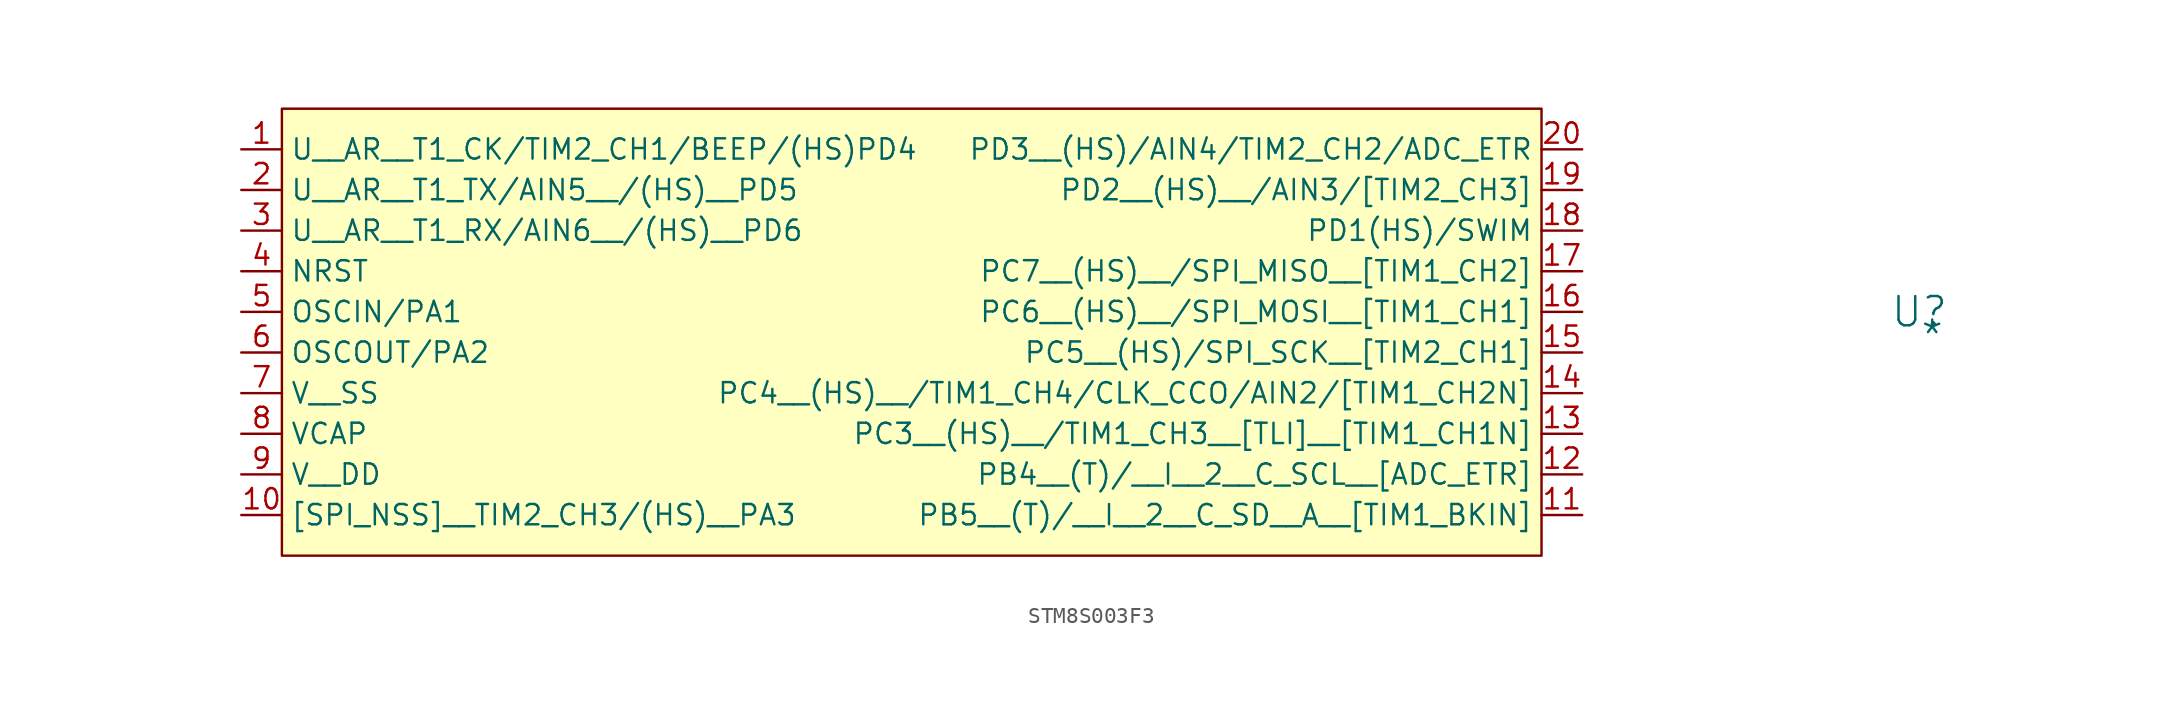
<source format=kicad_sym>
(kicad_symbol_lib
  (version 20241209)
  (generator "kicad_symbol_editor")
  (generator_version "9.0")
  (symbol "STM8S003F3"
    (property "Reference" "U"
      (at 64.262 0 0)
      (effects (font (size 1.829 1.829))))
    (property "Value" "*"
      (at 64.262 -2.54 0)
      (effects (font (size 1.829 1.829)) (justify left bottom)))
    (symbol "STM8S003F3_1_0"
      (rectangle (start 40.64 12.7) (end -38.1 -15.24) (stroke (width 0) (type solid) (color 128 0 0 1)) (fill (type background)))
      (pin passive line (at -40.64 10.16 0) (length 2.54) (name "U__AR__T1_CK/TIM2_CH1/BEEP/(HS)PD4" (effects (font (size 1.27 1.27)))) (number "1" (effects (font (size 1.27 1.27)))))
      (pin passive line (at -40.64 7.62 0) (length 2.54) (name "U__AR__T1_TX/AIN5__/(HS)__PD5" (effects (font (size 1.27 1.27)))) (number "2" (effects (font (size 1.27 1.27)))))
      (pin passive line (at -40.64 5.08 0) (length 2.54) (name "U__AR__T1_RX/AIN6__/(HS)__PD6" (effects (font (size 1.27 1.27)))) (number "3" (effects (font (size 1.27 1.27)))))
      (pin passive line (at -40.64 2.54 0) (length 2.54) (name "NRST" (effects (font (size 1.27 1.27)))) (number "4" (effects (font (size 1.27 1.27)))))
      (pin passive line (at -40.64 0 0) (length 2.54) (name "OSCIN/PA1" (effects (font (size 1.27 1.27)))) (number "5" (effects (font (size 1.27 1.27)))))
      (pin passive line (at -40.64 -2.54 0) (length 2.54) (name "OSCOUT/PA2" (effects (font (size 1.27 1.27)))) (number "6" (effects (font (size 1.27 1.27)))))
      (pin passive line (at -40.64 -5.08 0) (length 2.54) (name "V__SS" (effects (font (size 1.27 1.27)))) (number "7" (effects (font (size 1.27 1.27)))))
      (pin passive line (at -40.64 -7.62 0) (length 2.54) (name "VCAP" (effects (font (size 1.27 1.27)))) (number "8" (effects (font (size 1.27 1.27)))))
      (pin passive line (at -40.64 -10.16 0) (length 2.54) (name "V__DD" (effects (font (size 1.27 1.27)))) (number "9" (effects (font (size 1.27 1.27)))))
      (pin passive line (at -40.64 -12.7 0) (length 2.54) (name "[SPI_NSS]__TIM2_CH3/(HS)__PA3" (effects (font (size 1.27 1.27)))) (number "10" (effects (font (size 1.27 1.27)))))
      (pin passive line (at 43.18 10.16 180) (length 2.54) (name "PD3__(HS)/AIN4/TIM2_CH2/ADC_ETR" (effects (font (size 1.27 1.27)))) (number "20" (effects (font (size 1.27 1.27)))))
      (pin passive line (at 43.18 7.62 180) (length 2.54) (name "PD2__(HS)__/AIN3/[TIM2_CH3]" (effects (font (size 1.27 1.27)))) (number "19" (effects (font (size 1.27 1.27)))))
      (pin passive line (at 43.18 5.08 180) (length 2.54) (name "PD1(HS)/SWIM" (effects (font (size 1.27 1.27)))) (number "18" (effects (font (size 1.27 1.27)))))
      (pin passive line (at 43.18 2.54 180) (length 2.54) (name "PC7__(HS)__/SPI_MISO__[TIM1_CH2]" (effects (font (size 1.27 1.27)))) (number "17" (effects (font (size 1.27 1.27)))))
      (pin passive line (at 43.18 0 180) (length 2.54) (name "PC6__(HS)__/SPI_MOSI__[TIM1_CH1]" (effects (font (size 1.27 1.27)))) (number "16" (effects (font (size 1.27 1.27)))))
      (pin passive line (at 43.18 -2.54 180) (length 2.54) (name "PC5__(HS)/SPI_SCK__[TIM2_CH1]" (effects (font (size 1.27 1.27)))) (number "15" (effects (font (size 1.27 1.27)))))
      (pin passive line (at 43.18 -5.08 180) (length 2.54) (name "PC4__(HS)__/TIM1_CH4/CLK_CCO/AIN2/[TIM1_CH2N]" (effects (font (size 1.27 1.27)))) (number "14" (effects (font (size 1.27 1.27)))))
      (pin passive line (at 43.18 -7.62 180) (length 2.54) (name "PC3__(HS)__/TIM1_CH3__[TLI]__[TIM1_CH1N]" (effects (font (size 1.27 1.27)))) (number "13" (effects (font (size 1.27 1.27)))))
      (pin passive line (at 43.18 -10.16 180) (length 2.54) (name "PB4__(T)/__I__2__C_SCL__[ADC_ETR]" (effects (font (size 1.27 1.27)))) (number "12" (effects (font (size 1.27 1.27)))))
      (pin passive line (at 43.18 -12.7 180) (length 2.54) (name "PB5__(T)/__I__2__C_SD__A__[TIM1_BKIN]" (effects (font (size 1.27 1.27)))) (number "11" (effects (font (size 1.27 1.27))))))))
</source>
